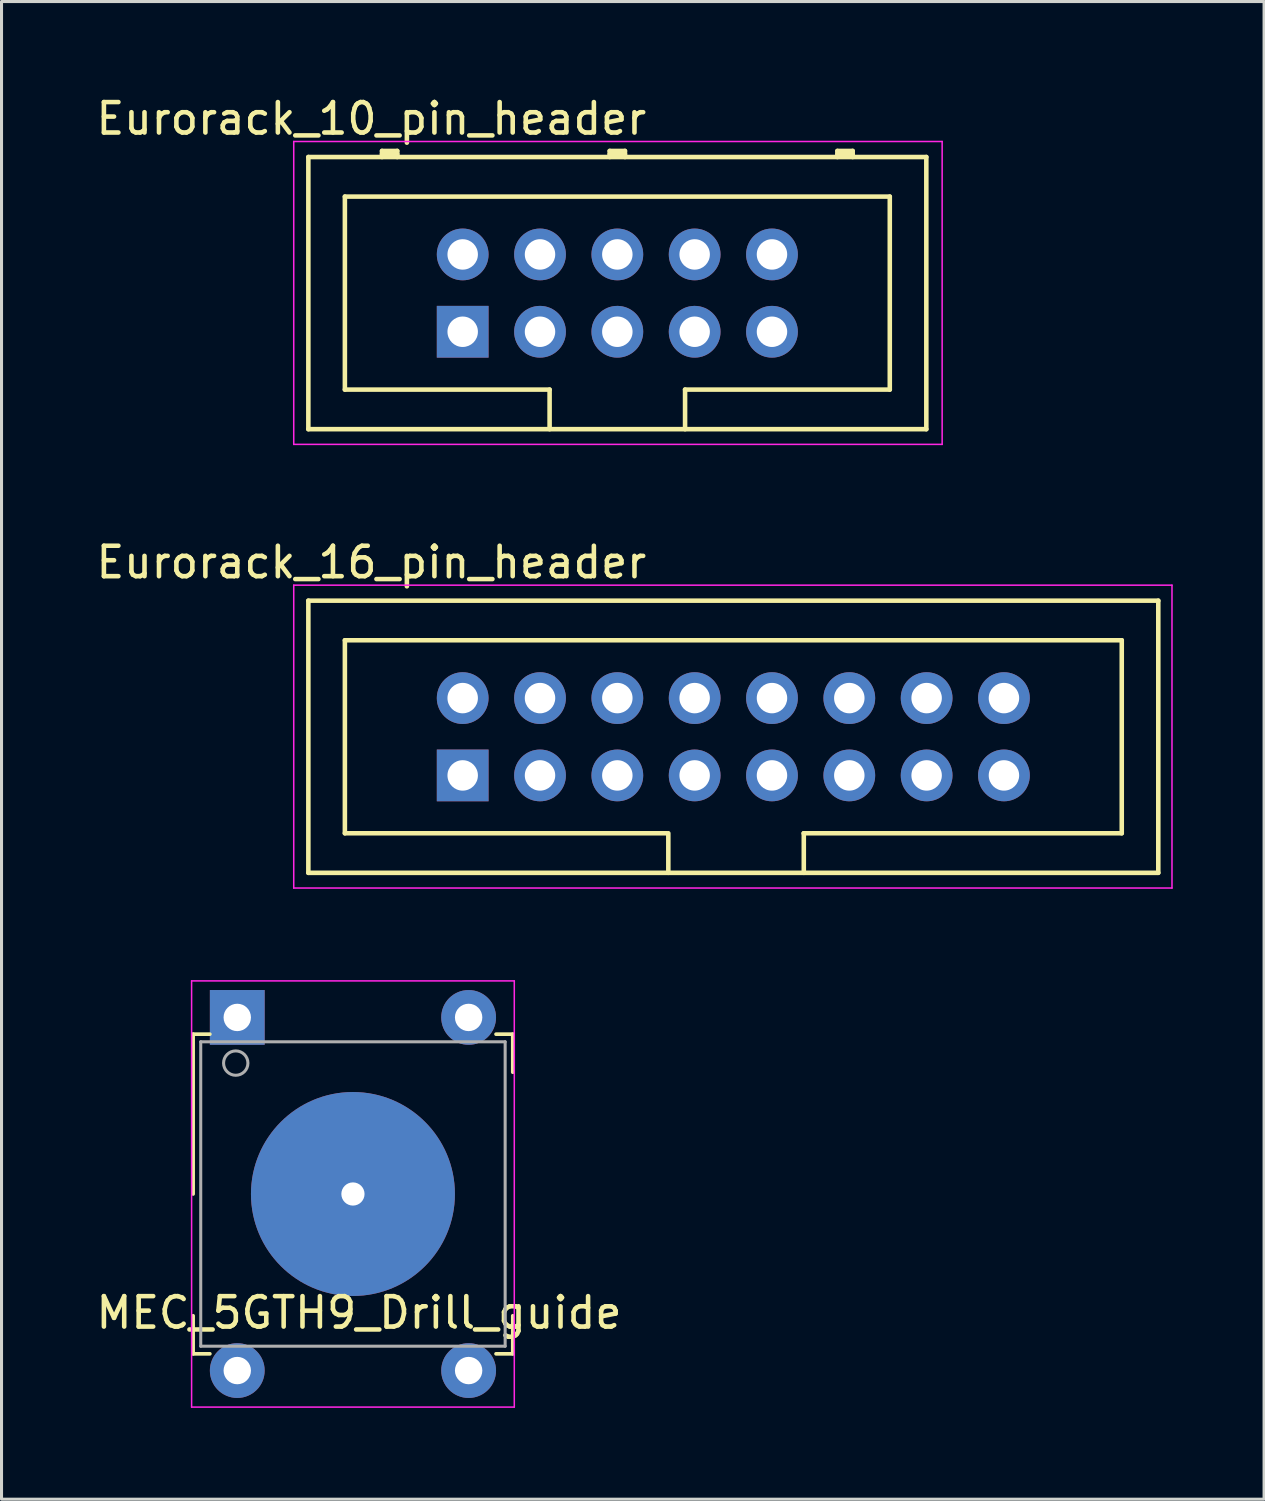
<source format=kicad_pcb>
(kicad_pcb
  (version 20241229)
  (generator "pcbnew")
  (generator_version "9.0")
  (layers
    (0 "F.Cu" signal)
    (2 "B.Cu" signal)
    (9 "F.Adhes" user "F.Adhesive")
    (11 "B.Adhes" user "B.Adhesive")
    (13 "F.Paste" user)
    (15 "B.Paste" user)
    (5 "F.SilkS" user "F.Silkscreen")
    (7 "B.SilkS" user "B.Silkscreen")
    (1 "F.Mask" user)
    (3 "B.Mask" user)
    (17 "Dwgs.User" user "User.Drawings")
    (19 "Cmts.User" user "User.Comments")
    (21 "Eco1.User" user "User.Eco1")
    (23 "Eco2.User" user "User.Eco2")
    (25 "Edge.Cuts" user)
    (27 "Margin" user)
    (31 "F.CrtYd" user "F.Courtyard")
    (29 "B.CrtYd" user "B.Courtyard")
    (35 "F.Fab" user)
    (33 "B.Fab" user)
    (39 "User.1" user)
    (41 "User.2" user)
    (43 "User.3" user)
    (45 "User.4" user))
  (footprint "Eurorack_10_pin_header"
    (layer "F.Cu")
    (at 12.149 7.848)
    (property "Reference" "Eurorack_10_pin_header" (at -3 -7 0) (layer "F.SilkS") (effects (font (size 1 1) (thickness 0.15))))
    (attr through_hole)
    (fp_line (start -5.07 -5.74) (end 15.23 -5.74) (stroke (width 0.15) (type solid)) (layer "F.SilkS"))
    (fp_line (start -5.07 3.2) (end -5.07 -5.74) (stroke (width 0.15) (type solid)) (layer "F.SilkS"))
    (fp_line (start -3.87 -4.44) (end 14.03 -4.44) (stroke (width 0.15) (type solid)) (layer "F.SilkS"))
    (fp_line (start -3.87 1.9) (end -3.87 -4.44) (stroke (width 0.15) (type solid)) (layer "F.SilkS"))
    (fp_line (start -2.65 -5.94) (end -2.15 -5.94) (stroke (width 0.15) (type solid)) (layer "F.SilkS"))
    (fp_line (start -2.65 -5.84) (end -2.15 -5.84) (stroke (width 0.15) (type solid)) (layer "F.SilkS"))
    (fp_line (start -2.65 -5.74) (end -2.65 -5.94) (stroke (width 0.15) (type solid)) (layer "F.SilkS"))
    (fp_line (start -2.15 -5.94) (end -2.15 -5.74) (stroke (width 0.15) (type solid)) (layer "F.SilkS"))
    (fp_line (start 2.855 1.9) (end -3.87 1.9) (stroke (width 0.15) (type solid)) (layer "F.SilkS"))
    (fp_line (start 2.855 3.2) (end 2.855 1.9) (stroke (width 0.15) (type solid)) (layer "F.SilkS"))
    (fp_line (start 4.83 -5.94) (end 5.33 -5.94) (stroke (width 0.15) (type solid)) (layer "F.SilkS"))
    (fp_line (start 4.83 -5.84) (end 5.33 -5.84) (stroke (width 0.15) (type solid)) (layer "F.SilkS"))
    (fp_line (start 4.83 -5.74) (end 4.83 -5.94) (stroke (width 0.15) (type solid)) (layer "F.SilkS"))
    (fp_line (start 5.33 -5.94) (end 5.33 -5.74) (stroke (width 0.15) (type solid)) (layer "F.SilkS"))
    (fp_line (start 7.305 1.9) (end 7.305 3.2) (stroke (width 0.15) (type solid)) (layer "F.SilkS"))
    (fp_line (start 12.31 -5.94) (end 12.81 -5.94) (stroke (width 0.15) (type solid)) (layer "F.SilkS"))
    (fp_line (start 12.31 -5.84) (end 12.81 -5.84) (stroke (width 0.15) (type solid)) (layer "F.SilkS"))
    (fp_line (start 12.31 -5.74) (end 12.31 -5.94) (stroke (width 0.15) (type solid)) (layer "F.SilkS"))
    (fp_line (start 12.81 -5.94) (end 12.81 -5.74) (stroke (width 0.15) (type solid)) (layer "F.SilkS"))
    (fp_line (start 14.03 -4.44) (end 14.03 1.9) (stroke (width 0.15) (type solid)) (layer "F.SilkS"))
    (fp_line (start 14.03 1.9) (end 7.305 1.9) (stroke (width 0.15) (type solid)) (layer "F.SilkS"))
    (fp_line (start 15.23 -5.74) (end 15.23 3.2) (stroke (width 0.15) (type solid)) (layer "F.SilkS"))
    (fp_line (start 15.23 3.2) (end -5.07 3.2) (stroke (width 0.15) (type solid)) (layer "F.SilkS"))
    (fp_line (start -5.55 -6.25) (end 15.75 -6.25) (stroke (width 0.05) (type solid)) (layer "F.CrtYd"))
    (fp_line (start -5.55 3.7) (end -5.55 -6.25) (stroke (width 0.05) (type solid)) (layer "F.CrtYd"))
    (fp_line (start 15.75 -6.25) (end 15.75 3.7) (stroke (width 0.05) (type solid)) (layer "F.CrtYd"))
    (fp_line (start 15.75 3.7) (end -5.55 3.7) (stroke (width 0.05) (type solid)) (layer "F.CrtYd"))
    (pad "1" thru_hole rect (at 0 0) (size 1.7 1.7) (drill 1) (layers "*.Cu" "*.Mask"))
    (pad "2" thru_hole circle (at 0 -2.54) (size 1.7 1.7) (drill 1) (layers "*.Cu" "*.Mask"))
    (pad "3" thru_hole circle (at 2.54 0) (size 1.7 1.7) (drill 1) (layers "*.Cu" "*.Mask"))
    (pad "4" thru_hole circle (at 2.54 -2.54) (size 1.7 1.7) (drill 1) (layers "*.Cu" "*.Mask"))
    (pad "5" thru_hole circle (at 5.08 0) (size 1.7 1.7) (drill 1) (layers "*.Cu" "*.Mask"))
    (pad "6" thru_hole circle (at 5.08 -2.54) (size 1.7 1.7) (drill 1) (layers "*.Cu" "*.Mask"))
    (pad "7" thru_hole circle (at 7.62 0) (size 1.7 1.7) (drill 1) (layers "*.Cu" "*.Mask"))
    (pad "8" thru_hole circle (at 7.62 -2.54) (size 1.7 1.7) (drill 1) (layers "*.Cu" "*.Mask"))
    (pad "9" thru_hole circle (at 10.16 0) (size 1.7 1.7) (drill 1) (layers "*.Cu" "*.Mask"))
    (pad "10" thru_hole circle (at 10.16 -2.54) (size 1.7 1.7) (drill 1) (layers "*.Cu" "*.Mask")))
  (footprint "MEC_5GTH9_Drill_guide"
    (layer "F.Cu")
    (at 4.744 30.372)
    (property "Reference" "MEC_5GTH9_Drill_guide" (at 4 9.7 0) (layer "F.SilkS") (effects (font (size 1 1) (thickness 0.15))))
    (attr through_hole)
    (fp_line (start -1.45 0.55) (end -1.45 5.8) (stroke (width 0.12) (type solid)) (layer "F.SilkS"))
    (fp_line (start -1.45 11.05) (end -1.45 9.8) (stroke (width 0.12) (type solid)) (layer "F.SilkS"))
    (fp_line (start -0.9 0.55) (end -1.45 0.55) (stroke (width 0.12) (type solid)) (layer "F.SilkS"))
    (fp_line (start -0.9 11.05) (end -1.45 11.05) (stroke (width 0.12) (type solid)) (layer "F.SilkS"))
    (fp_line (start 8.5 0.55) (end 9.05 0.55) (stroke (width 0.12) (type solid)) (layer "F.SilkS"))
    (fp_line (start 8.5 11.05) (end 9.05 11.05) (stroke (width 0.12) (type solid)) (layer "F.SilkS"))
    (fp_line (start 9.05 0.55) (end 9.05 1.8) (stroke (width 0.12) (type solid)) (layer "F.SilkS"))
    (fp_line (start 9.05 11.05) (end 9.05 9.8) (stroke (width 0.12) (type solid)) (layer "F.SilkS"))
    (fp_line (start -1.5 -1.2) (end 9.1 -1.2) (stroke (width 0.05) (type solid)) (layer "F.CrtYd"))
    (fp_line (start -1.5 12.8) (end -1.5 -1.2) (stroke (width 0.05) (type solid)) (layer "F.CrtYd"))
    (fp_line (start 9.1 -1.2) (end 9.1 12.8) (stroke (width 0.05) (type solid)) (layer "F.CrtYd"))
    (fp_line (start 9.1 12.8) (end -1.5 12.8) (stroke (width 0.05) (type solid)) (layer "F.CrtYd"))
    (fp_line (start -1.2 0.8) (end 8.8 0.8) (stroke (width 0.1) (type solid)) (layer "F.Fab"))
    (fp_line (start -1.2 10.8) (end -1.2 0.8) (stroke (width 0.1) (type solid)) (layer "F.Fab"))
    (fp_line (start 8.8 0.8) (end 8.8 10.8) (stroke (width 0.1) (type solid)) (layer "F.Fab"))
    (fp_line (start 8.8 10.8) (end -1.2 10.8) (stroke (width 0.1) (type solid)) (layer "F.Fab"))
    (fp_circle (center -0.05 1.5) (end -0.05 1.1) (stroke (width 0.1) (type solid)) (fill no) (layer "F.Fab"))
    (pad "" np_thru_hole circle (at 3.8 5.8) (size 6.7 6.7) (drill 0.762) (layers "*.Cu" "*.Mask"))
    (pad "1" thru_hole rect (at 0 0 90) (size 1.8 1.8) (drill 0.9) (layers "*.Cu" "*.Mask"))
    (pad "2" thru_hole circle (at 0 11.6 90) (size 1.8 1.8) (drill 0.9) (layers "*.Cu" "*.Mask"))
    (pad "3" thru_hole circle (at 7.6 0 90) (size 1.8 1.8) (drill 0.9) (layers "*.Cu" "*.Mask"))
    (pad "4" thru_hole circle (at 7.6 11.6 90) (size 1.8 1.8) (drill 0.9) (layers "*.Cu" "*.Mask")))
  (footprint "Eurorack_16_pin_header"
    (layer "F.Cu")
    (at 12.149 22.422)
    (property "Reference" "Eurorack_16_pin_header" (at -3 -7 0) (layer "F.SilkS") (effects (font (size 1 1) (thickness 0.15))))
    (attr through_hole)
    (fp_line (start -5.07 -5.74) (end 22.85 -5.74) (stroke (width 0.15) (type solid)) (layer "F.SilkS"))
    (fp_line (start -5.07 3.2) (end -5.07 -5.74) (stroke (width 0.15) (type solid)) (layer "F.SilkS"))
    (fp_line (start -3.87 -4.44) (end 21.65 -4.44) (stroke (width 0.15) (type solid)) (layer "F.SilkS"))
    (fp_line (start -3.87 1.9) (end -3.87 -4.44) (stroke (width 0.15) (type solid)) (layer "F.SilkS"))
    (fp_line (start 6.7 1.9) (end -3.87 1.9) (stroke (width 0.15) (type solid)) (layer "F.SilkS"))
    (fp_line (start 6.755 3.2) (end 6.755 1.9) (stroke (width 0.15) (type solid)) (layer "F.SilkS"))
    (fp_line (start 11.205 1.9) (end 11.205 3.2) (stroke (width 0.15) (type solid)) (layer "F.SilkS"))
    (fp_line (start 21.65 -4.44) (end 21.65 1.9) (stroke (width 0.15) (type solid)) (layer "F.SilkS"))
    (fp_line (start 21.65 1.9) (end 11.2 1.9) (stroke (width 0.15) (type solid)) (layer "F.SilkS"))
    (fp_line (start 22.85 -5.74) (end 22.85 3.2) (stroke (width 0.15) (type solid)) (layer "F.SilkS"))
    (fp_line (start 22.85 3.2) (end -5.07 3.2) (stroke (width 0.15) (type solid)) (layer "F.SilkS"))
    (fp_line (start -5.55 -6.25) (end 23.3 -6.25) (stroke (width 0.05) (type solid)) (layer "F.CrtYd"))
    (fp_line (start -5.55 3.7) (end -5.55 -6.25) (stroke (width 0.05) (type solid)) (layer "F.CrtYd"))
    (fp_line (start 23.3 -6.25) (end 23.3 3.7) (stroke (width 0.05) (type solid)) (layer "F.CrtYd"))
    (fp_line (start 23.3 3.7) (end -5.55 3.7) (stroke (width 0.05) (type solid)) (layer "F.CrtYd"))
    (pad "1" thru_hole rect (at 0 0) (size 1.7 1.7) (drill 1) (layers "*.Cu" "*.Mask"))
    (pad "2" thru_hole circle (at 0 -2.54) (size 1.7 1.7) (drill 1) (layers "*.Cu" "*.Mask"))
    (pad "3" thru_hole circle (at 2.54 0) (size 1.7 1.7) (drill 1) (layers "*.Cu" "*.Mask"))
    (pad "4" thru_hole circle (at 2.54 -2.54) (size 1.7 1.7) (drill 1) (layers "*.Cu" "*.Mask"))
    (pad "5" thru_hole circle (at 5.08 0) (size 1.7 1.7) (drill 1) (layers "*.Cu" "*.Mask"))
    (pad "6" thru_hole circle (at 5.08 -2.54) (size 1.7 1.7) (drill 1) (layers "*.Cu" "*.Mask"))
    (pad "7" thru_hole circle (at 7.62 0) (size 1.7 1.7) (drill 1) (layers "*.Cu" "*.Mask"))
    (pad "8" thru_hole circle (at 7.62 -2.54) (size 1.7 1.7) (drill 1) (layers "*.Cu" "*.Mask"))
    (pad "9" thru_hole circle (at 10.16 0) (size 1.7 1.7) (drill 1) (layers "*.Cu" "*.Mask"))
    (pad "10" thru_hole circle (at 10.16 -2.54) (size 1.7 1.7) (drill 1) (layers "*.Cu" "*.Mask"))
    (pad "11" thru_hole circle (at 12.7 0) (size 1.7 1.7) (drill 1) (layers "*.Cu" "*.Mask"))
    (pad "12" thru_hole circle (at 12.7 -2.54) (size 1.7 1.7) (drill 1) (layers "*.Cu" "*.Mask"))
    (pad "13" thru_hole circle (at 15.24 0) (size 1.7 1.7) (drill 1) (layers "*.Cu" "*.Mask"))
    (pad "14" thru_hole circle (at 15.24 -2.54) (size 1.7 1.7) (drill 1) (layers "*.Cu" "*.Mask"))
    (pad "15" thru_hole circle (at 17.78 0) (size 1.7 1.7) (drill 1) (layers "*.Cu" "*.Mask"))
    (pad "16" thru_hole circle (at 17.78 -2.54) (size 1.7 1.7) (drill 1) (layers "*.Cu" "*.Mask")))
  (gr_rect
    (start -3 -3)
    (end 38.474 46.197)
    (stroke (width 0.1) (type default))
    (fill no)
    (layer "Edge.Cuts")))
</source>
